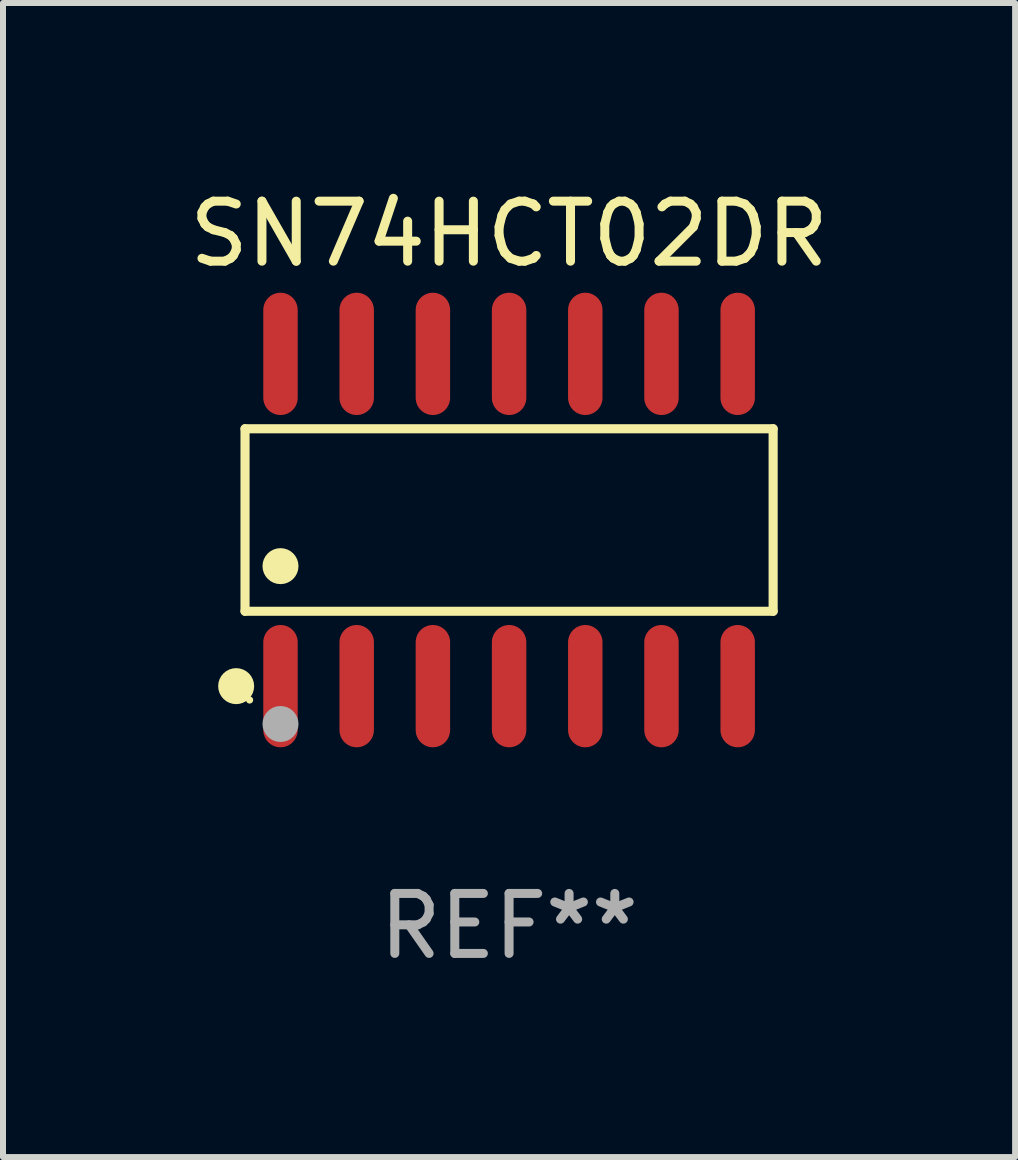
<source format=kicad_pcb>
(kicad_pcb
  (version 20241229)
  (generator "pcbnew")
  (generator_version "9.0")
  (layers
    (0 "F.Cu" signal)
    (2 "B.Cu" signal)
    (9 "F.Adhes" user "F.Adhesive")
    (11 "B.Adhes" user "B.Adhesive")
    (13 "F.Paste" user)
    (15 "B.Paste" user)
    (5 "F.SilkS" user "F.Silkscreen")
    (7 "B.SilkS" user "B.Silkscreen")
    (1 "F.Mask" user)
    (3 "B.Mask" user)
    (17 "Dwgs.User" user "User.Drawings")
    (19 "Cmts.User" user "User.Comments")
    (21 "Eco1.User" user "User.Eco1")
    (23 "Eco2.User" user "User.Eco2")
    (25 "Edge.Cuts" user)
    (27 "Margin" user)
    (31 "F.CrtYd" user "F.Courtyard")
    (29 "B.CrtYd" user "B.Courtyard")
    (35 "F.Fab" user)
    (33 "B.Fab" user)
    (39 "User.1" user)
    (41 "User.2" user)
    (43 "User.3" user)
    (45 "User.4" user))
  (footprint "SN74HCT02DR"
    (layer "F.Cu")
    (at 5.435 5.617)
    (property "Reference" "SN74HCT02DR" (at 0 -4.769 0) (layer "F.SilkS") (effects (font (size 1 1) (thickness 0.15))))
    (attr through_hole)
    (fp_line (start -4.401 -1.521) (end 4.401 -1.521) (stroke (width 0.152) (type solid)) (layer "F.SilkS"))
    (fp_line (start -4.401 1.521) (end -4.401 -1.521) (stroke (width 0.152) (type solid)) (layer "F.SilkS"))
    (fp_line (start 4.401 -1.521) (end 4.401 1.521) (stroke (width 0.152) (type solid)) (layer "F.SilkS"))
    (fp_line (start 4.401 1.521) (end -4.401 1.521) (stroke (width 0.152) (type solid)) (layer "F.SilkS"))
    (fp_circle (center -4.549 2.769) (end -4.399 2.769) (stroke (width 0.3) (type solid)) (fill no) (layer "F.SilkS"))
    (fp_circle (center -4.325 3) (end -4.295 3) (stroke (width 0.06) (type solid)) (fill no) (layer "F.SilkS"))
    (fp_circle (center -3.81 0.769) (end -3.66 0.769) (stroke (width 0.3) (type solid)) (fill no) (layer "F.SilkS"))
    (fp_circle (center -3.81 3.4) (end -3.66 3.4) (stroke (width 0.3) (type solid)) (fill no) (layer "F.Fab"))
    (fp_text user "REF**" (at 0 6.769 0) (layer "F.Fab") (effects (font (size 1 1) (thickness 0.15))))
    (pad "1" smd oval (at -3.81 2.769) (size 0.574 2.038) (layers "F.Cu" "F.Mask" "F.Paste"))
    (pad "2" smd oval (at -2.54 2.769) (size 0.574 2.038) (layers "F.Cu" "F.Mask" "F.Paste"))
    (pad "3" smd oval (at -1.27 2.769) (size 0.574 2.038) (layers "F.Cu" "F.Mask" "F.Paste"))
    (pad "4" smd oval (at 0 2.769) (size 0.574 2.038) (layers "F.Cu" "F.Mask" "F.Paste"))
    (pad "5" smd oval (at 1.27 2.769) (size 0.574 2.038) (layers "F.Cu" "F.Mask" "F.Paste"))
    (pad "6" smd oval (at 2.54 2.769) (size 0.574 2.038) (layers "F.Cu" "F.Mask" "F.Paste"))
    (pad "7" smd oval (at 3.81 2.769) (size 0.574 2.038) (layers "F.Cu" "F.Mask" "F.Paste"))
    (pad "8" smd oval (at 3.81 -2.769) (size 0.574 2.038) (layers "F.Cu" "F.Mask" "F.Paste"))
    (pad "9" smd oval (at 2.54 -2.769) (size 0.574 2.038) (layers "F.Cu" "F.Mask" "F.Paste"))
    (pad "10" smd oval (at 1.27 -2.769) (size 0.574 2.038) (layers "F.Cu" "F.Mask" "F.Paste"))
    (pad "11" smd oval (at 0 -2.769) (size 0.574 2.038) (layers "F.Cu" "F.Mask" "F.Paste"))
    (pad "12" smd oval (at -1.27 -2.769) (size 0.574 2.038) (layers "F.Cu" "F.Mask" "F.Paste"))
    (pad "13" smd oval (at -2.54 -2.769) (size 0.574 2.038) (layers "F.Cu" "F.Mask" "F.Paste"))
    (pad "14" smd oval (at -3.81 -2.769) (size 0.574 2.038) (layers "F.Cu" "F.Mask" "F.Paste")))
  (gr_rect
    (start -3 -3)
    (end 13.869 16.235)
    (stroke (width 0.1) (type default))
    (fill no)
    (layer "Edge.Cuts")))
</source>
